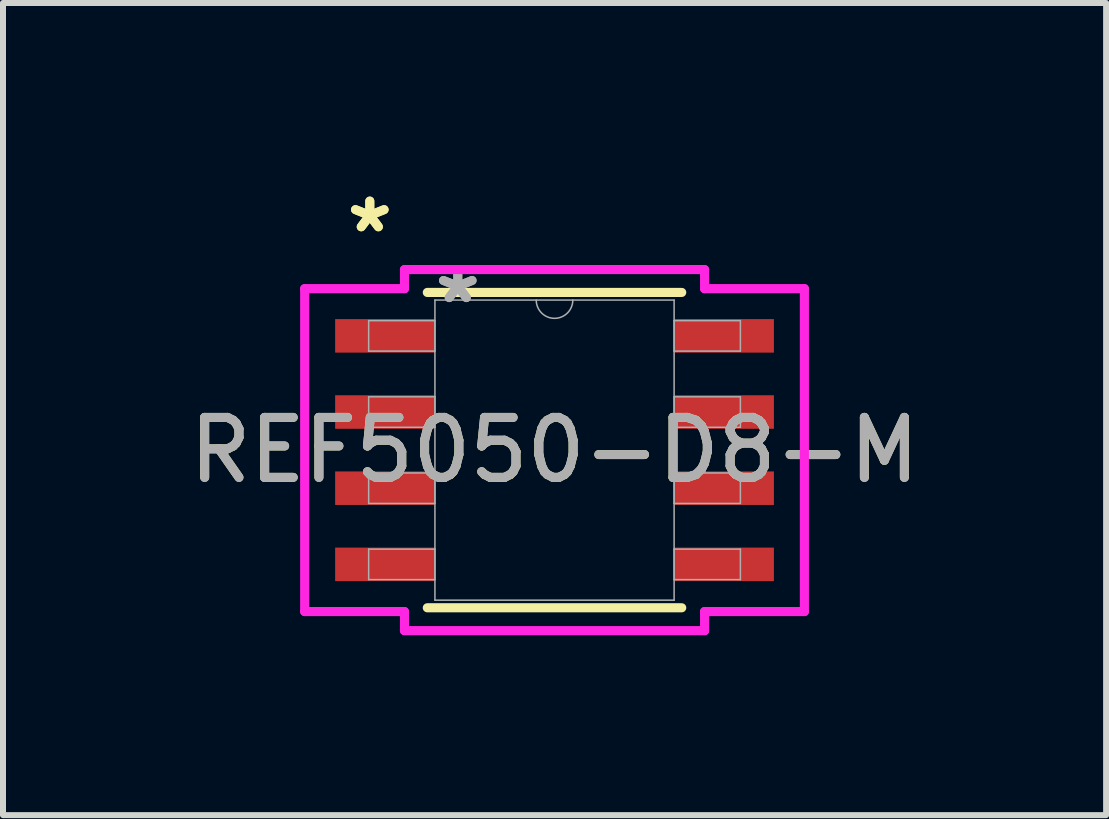
<source format=kicad_pcb>
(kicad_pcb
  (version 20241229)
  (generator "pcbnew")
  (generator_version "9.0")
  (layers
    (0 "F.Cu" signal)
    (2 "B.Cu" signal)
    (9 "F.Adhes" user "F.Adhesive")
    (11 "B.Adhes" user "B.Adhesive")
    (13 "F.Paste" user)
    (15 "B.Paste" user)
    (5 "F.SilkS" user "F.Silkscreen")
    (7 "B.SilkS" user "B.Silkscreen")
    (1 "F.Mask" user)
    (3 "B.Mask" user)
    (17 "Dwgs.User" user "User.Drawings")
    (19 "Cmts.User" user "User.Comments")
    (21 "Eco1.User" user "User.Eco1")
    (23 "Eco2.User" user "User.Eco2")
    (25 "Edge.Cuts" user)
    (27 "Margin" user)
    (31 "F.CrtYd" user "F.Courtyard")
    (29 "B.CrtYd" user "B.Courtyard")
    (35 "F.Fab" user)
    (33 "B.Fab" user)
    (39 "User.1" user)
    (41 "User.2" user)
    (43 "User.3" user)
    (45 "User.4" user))
  (footprint "REF5050-D8-M"
    (layer "F.Cu")
    (at 6.196 4.455)
    (property "Reference" "REF5050-D8-M" (at 0 0 0) (unlocked yes) (layer "F.SilkS") (effects (font (size 1 1) (thickness 0.15))))
    (attr smd)
    (fp_line (start -2.121 2.629) (end 2.121 2.629) (stroke (width 0.152) (type solid)) (layer "F.SilkS"))
    (fp_line (start 2.121 -2.629) (end -2.121 -2.629) (stroke (width 0.152) (type solid)) (layer "F.SilkS"))
    (fp_line (start -4.166 -2.692) (end -2.502 -2.692) (stroke (width 0.152) (type solid)) (layer "F.CrtYd"))
    (fp_line (start -4.166 2.692) (end -4.166 -2.692) (stroke (width 0.152) (type solid)) (layer "F.CrtYd"))
    (fp_line (start -4.166 2.692) (end -2.502 2.692) (stroke (width 0.152) (type solid)) (layer "F.CrtYd"))
    (fp_line (start -2.502 -3.01) (end 2.502 -3.01) (stroke (width 0.152) (type solid)) (layer "F.CrtYd"))
    (fp_line (start -2.502 -2.692) (end -2.502 -3.01) (stroke (width 0.152) (type solid)) (layer "F.CrtYd"))
    (fp_line (start -2.502 3.01) (end -2.502 2.692) (stroke (width 0.152) (type solid)) (layer "F.CrtYd"))
    (fp_line (start 2.502 -3.01) (end 2.502 -2.692) (stroke (width 0.152) (type solid)) (layer "F.CrtYd"))
    (fp_line (start 2.502 2.692) (end 2.502 3.01) (stroke (width 0.152) (type solid)) (layer "F.CrtYd"))
    (fp_line (start 2.502 3.01) (end -2.502 3.01) (stroke (width 0.152) (type solid)) (layer "F.CrtYd"))
    (fp_line (start 4.166 -2.692) (end 2.502 -2.692) (stroke (width 0.152) (type solid)) (layer "F.CrtYd"))
    (fp_line (start 4.166 -2.692) (end 4.166 2.692) (stroke (width 0.152) (type solid)) (layer "F.CrtYd"))
    (fp_line (start 4.166 2.692) (end 2.502 2.692) (stroke (width 0.152) (type solid)) (layer "F.CrtYd"))
    (fp_line (start -3.099 -2.159) (end -3.099 -1.651) (stroke (width 0.025) (type solid)) (layer "F.Fab"))
    (fp_line (start -3.099 -1.651) (end -1.994 -1.651) (stroke (width 0.025) (type solid)) (layer "F.Fab"))
    (fp_line (start -3.099 -0.889) (end -3.099 -0.381) (stroke (width 0.025) (type solid)) (layer "F.Fab"))
    (fp_line (start -3.099 -0.381) (end -1.994 -0.381) (stroke (width 0.025) (type solid)) (layer "F.Fab"))
    (fp_line (start -3.099 0.381) (end -3.099 0.889) (stroke (width 0.025) (type solid)) (layer "F.Fab"))
    (fp_line (start -3.099 0.889) (end -1.994 0.889) (stroke (width 0.025) (type solid)) (layer "F.Fab"))
    (fp_line (start -3.099 1.651) (end -3.099 2.159) (stroke (width 0.025) (type solid)) (layer "F.Fab"))
    (fp_line (start -3.099 2.159) (end -1.994 2.159) (stroke (width 0.025) (type solid)) (layer "F.Fab"))
    (fp_line (start -1.994 -2.502) (end -1.994 2.502) (stroke (width 0.025) (type solid)) (layer "F.Fab"))
    (fp_line (start -1.994 -2.159) (end -3.099 -2.159) (stroke (width 0.025) (type solid)) (layer "F.Fab"))
    (fp_line (start -1.994 -1.651) (end -1.994 -2.159) (stroke (width 0.025) (type solid)) (layer "F.Fab"))
    (fp_line (start -1.994 -0.889) (end -3.099 -0.889) (stroke (width 0.025) (type solid)) (layer "F.Fab"))
    (fp_line (start -1.994 -0.381) (end -1.994 -0.889) (stroke (width 0.025) (type solid)) (layer "F.Fab"))
    (fp_line (start -1.994 0.381) (end -3.099 0.381) (stroke (width 0.025) (type solid)) (layer "F.Fab"))
    (fp_line (start -1.994 0.889) (end -1.994 0.381) (stroke (width 0.025) (type solid)) (layer "F.Fab"))
    (fp_line (start -1.994 1.651) (end -3.099 1.651) (stroke (width 0.025) (type solid)) (layer "F.Fab"))
    (fp_line (start -1.994 2.159) (end -1.994 1.651) (stroke (width 0.025) (type solid)) (layer "F.Fab"))
    (fp_line (start -1.994 2.502) (end 1.994 2.502) (stroke (width 0.025) (type solid)) (layer "F.Fab"))
    (fp_line (start 1.994 -2.502) (end -1.994 -2.502) (stroke (width 0.025) (type solid)) (layer "F.Fab"))
    (fp_line (start 1.994 -2.159) (end 1.994 -1.651) (stroke (width 0.025) (type solid)) (layer "F.Fab"))
    (fp_line (start 1.994 -1.651) (end 3.099 -1.651) (stroke (width 0.025) (type solid)) (layer "F.Fab"))
    (fp_line (start 1.994 -0.889) (end 1.994 -0.381) (stroke (width 0.025) (type solid)) (layer "F.Fab"))
    (fp_line (start 1.994 -0.381) (end 3.099 -0.381) (stroke (width 0.025) (type solid)) (layer "F.Fab"))
    (fp_line (start 1.994 0.381) (end 1.994 0.889) (stroke (width 0.025) (type solid)) (layer "F.Fab"))
    (fp_line (start 1.994 0.889) (end 3.099 0.889) (stroke (width 0.025) (type solid)) (layer "F.Fab"))
    (fp_line (start 1.994 1.651) (end 1.994 2.159) (stroke (width 0.025) (type solid)) (layer "F.Fab"))
    (fp_line (start 1.994 2.159) (end 3.099 2.159) (stroke (width 0.025) (type solid)) (layer "F.Fab"))
    (fp_line (start 1.994 2.502) (end 1.994 -2.502) (stroke (width 0.025) (type solid)) (layer "F.Fab"))
    (fp_line (start 3.099 -2.159) (end 1.994 -2.159) (stroke (width 0.025) (type solid)) (layer "F.Fab"))
    (fp_line (start 3.099 -1.651) (end 3.099 -2.159) (stroke (width 0.025) (type solid)) (layer "F.Fab"))
    (fp_line (start 3.099 -0.889) (end 1.994 -0.889) (stroke (width 0.025) (type solid)) (layer "F.Fab"))
    (fp_line (start 3.099 -0.381) (end 3.099 -0.889) (stroke (width 0.025) (type solid)) (layer "F.Fab"))
    (fp_line (start 3.099 0.381) (end 1.994 0.381) (stroke (width 0.025) (type solid)) (layer "F.Fab"))
    (fp_line (start 3.099 0.889) (end 3.099 0.381) (stroke (width 0.025) (type solid)) (layer "F.Fab"))
    (fp_line (start 3.099 1.651) (end 1.994 1.651) (stroke (width 0.025) (type solid)) (layer "F.Fab"))
    (fp_line (start 3.099 2.159) (end 3.099 1.651) (stroke (width 0.025) (type solid)) (layer "F.Fab"))
    (fp_arc (start 0.3048 -2.5019) (mid 0 -2.1971) (end -0.3048 -2.5019) (stroke (width 0.0254) (type solid)) (layer "F.Fab"))
    (fp_text user "*" (at -3.08 -3.607 0) (layer "F.SilkS") (effects (font (size 1 1) (thickness 0.15))))
    (fp_text user "*" (at -3.08 -3.607 0) (unlocked yes) (layer "F.SilkS") (effects (font (size 1 1) (thickness 0.15))))
    (fp_text user "${REFERENCE}" (at 0 0 0) (unlocked yes) (layer "F.Fab") (effects (font (size 1 1) (thickness 0.15))))
    (fp_text user "*" (at -1.613 -2.426 0) (unlocked yes) (layer "F.Fab") (effects (font (size 1 1) (thickness 0.15))))
    (fp_text user "*" (at -1.613 -2.426 0) (layer "F.Fab") (effects (font (size 1 1) (thickness 0.15))))
    (pad "1" smd rect (at -2.826 -1.905) (size 1.664 0.559) (layers "F.Cu" "F.Mask" "F.Paste"))
    (pad "2" smd rect (at -2.826 -0.635) (size 1.664 0.559) (layers "F.Cu" "F.Mask" "F.Paste"))
    (pad "3" smd rect (at -2.826 0.635) (size 1.664 0.559) (layers "F.Cu" "F.Mask" "F.Paste"))
    (pad "4" smd rect (at -2.826 1.905) (size 1.664 0.559) (layers "F.Cu" "F.Mask" "F.Paste"))
    (pad "5" smd rect (at 2.826 1.905) (size 1.664 0.559) (layers "F.Cu" "F.Mask" "F.Paste"))
    (pad "6" smd rect (at 2.826 0.635) (size 1.664 0.559) (layers "F.Cu" "F.Mask" "F.Paste"))
    (pad "7" smd rect (at 2.826 -0.635) (size 1.664 0.559) (layers "F.Cu" "F.Mask" "F.Paste"))
    (pad "8" smd rect (at 2.826 -1.905) (size 1.664 0.559) (layers "F.Cu" "F.Mask" "F.Paste")))
  (gr_rect
    (start -3 -3)
    (end 15.393 10.541)
    (stroke (width 0.1) (type default))
    (fill no)
    (layer "Edge.Cuts")))
</source>
